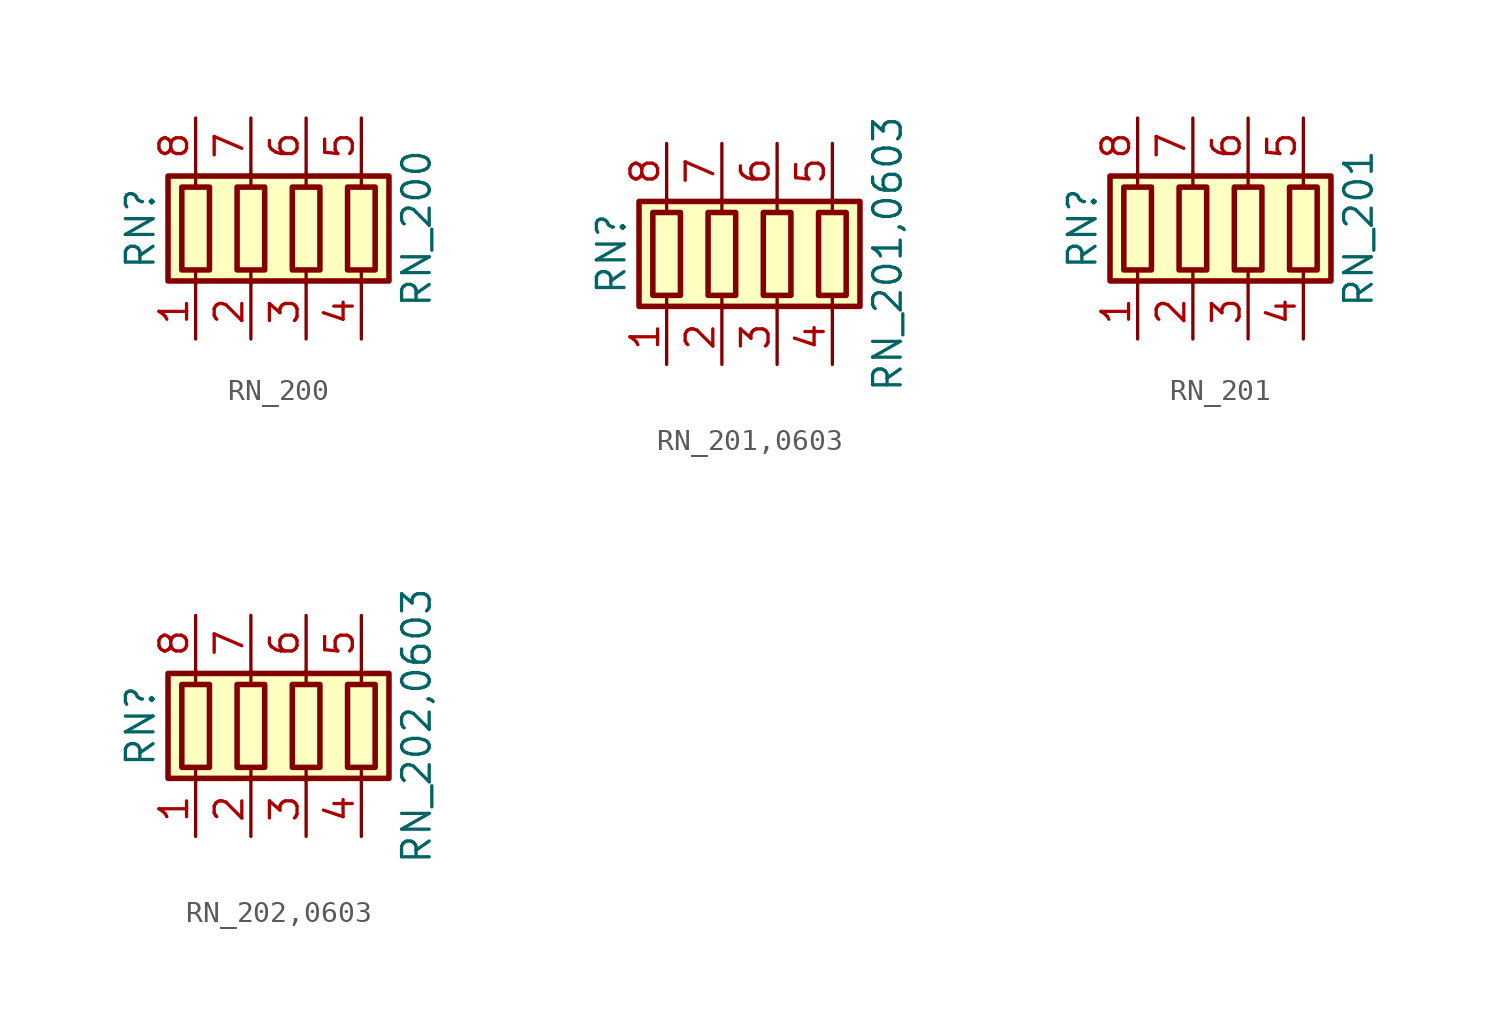
<source format=kicad_sym>
(kicad_symbol_lib
  (version 20211014)
  (generator kicad_symbol_editor)
  (symbol "RN_200"
    (pin_names
      (offset 0) hide)
    (property "Reference" "RN"
      (at -7.62 0 90)
      (effects (font (size 1.27 1.27))))
    (property "Value" "RN_200"
      (at 5.08 0 90)
      (effects (font (size 1.27 1.27))))
    (symbol "RN_200_0_1"
      (rectangle (start -6.35 -2.413) (end 3.81 2.413) (stroke (width 0.254) (type default) (color 0 0 0 0)) (fill (type background)))
      (rectangle (start -5.715 1.905) (end -4.445 -1.905) (stroke (width 0.254) (type default) (color 0 0 0 0)) (fill (type none)))
      (rectangle (start -3.175 1.905) (end -1.905 -1.905) (stroke (width 0.254) (type default) (color 0 0 0 0)) (fill (type none)))
      (rectangle (start -0.635 1.905) (end 0.635 -1.905) (stroke (width 0.254) (type default) (color 0 0 0 0)) (fill (type none)))
      (polyline (pts (xy -5.08 -2.54) (xy -5.08 -1.905)) (stroke (width 0) (type default) (color 0 0 0 0)) (fill (type none)))
      (polyline (pts (xy -5.08 1.905) (xy -5.08 2.54)) (stroke (width 0) (type default) (color 0 0 0 0)) (fill (type none)))
      (polyline (pts (xy -2.54 -2.54) (xy -2.54 -1.905)) (stroke (width 0) (type default) (color 0 0 0 0)) (fill (type none)))
      (polyline (pts (xy -2.54 1.905) (xy -2.54 2.54)) (stroke (width 0) (type default) (color 0 0 0 0)) (fill (type none)))
      (polyline (pts (xy 0 -2.54) (xy 0 -1.905)) (stroke (width 0) (type default) (color 0 0 0 0)) (fill (type none)))
      (polyline (pts (xy 0 1.905) (xy 0 2.54)) (stroke (width 0) (type default) (color 0 0 0 0)) (fill (type none)))
      (polyline (pts (xy 2.54 -2.54) (xy 2.54 -1.905)) (stroke (width 0) (type default) (color 0 0 0 0)) (fill (type none)))
      (polyline (pts (xy 2.54 1.905) (xy 2.54 2.54)) (stroke (width 0) (type default) (color 0 0 0 0)) (fill (type none)))
      (rectangle (start 1.905 1.905) (end 3.175 -1.905) (stroke (width 0.254) (type default) (color 0 0 0 0)) (fill (type none))))
    (symbol "RN_200_1_1"
      (pin passive line (at -5.08 -5.08 90) (length 2.54) (name "R1.1" (effects (font (size 1.27 1.27)))) (number "1" (effects (font (size 1.27 1.27)))))
      (pin passive line (at -2.54 -5.08 90) (length 2.54) (name "R2.1" (effects (font (size 1.27 1.27)))) (number "2" (effects (font (size 1.27 1.27)))))
      (pin passive line (at 0 -5.08 90) (length 2.54) (name "R3.1" (effects (font (size 1.27 1.27)))) (number "3" (effects (font (size 1.27 1.27)))))
      (pin passive line (at 2.54 -5.08 90) (length 2.54) (name "R4.1" (effects (font (size 1.27 1.27)))) (number "4" (effects (font (size 1.27 1.27)))))
      (pin passive line (at 2.54 5.08 270) (length 2.54) (name "R4.2" (effects (font (size 1.27 1.27)))) (number "5" (effects (font (size 1.27 1.27)))))
      (pin passive line (at 0 5.08 270) (length 2.54) (name "R3.2" (effects (font (size 1.27 1.27)))) (number "6" (effects (font (size 1.27 1.27)))))
      (pin passive line (at -2.54 5.08 270) (length 2.54) (name "R2.2" (effects (font (size 1.27 1.27)))) (number "7" (effects (font (size 1.27 1.27)))))
      (pin passive line (at -5.08 5.08 270) (length 2.54) (name "R1.2" (effects (font (size 1.27 1.27)))) (number "8" (effects (font (size 1.27 1.27)))))))
  (symbol "RN_201,0603"
    (pin_names
      (offset 0) hide)
    (property "Reference" "RN"
      (at -7.62 0 90)
      (effects (font (size 1.27 1.27))))
    (property "Value" "RN_201,0603"
      (at 5.08 0 90)
      (effects (font (size 1.27 1.27))))
    (symbol "RN_201,0603_0_1"
      (rectangle (start -6.35 -2.413) (end 3.81 2.413) (stroke (width 0.254) (type default) (color 0 0 0 0)) (fill (type background)))
      (rectangle (start -5.715 1.905) (end -4.445 -1.905) (stroke (width 0.254) (type default) (color 0 0 0 0)) (fill (type none)))
      (rectangle (start -3.175 1.905) (end -1.905 -1.905) (stroke (width 0.254) (type default) (color 0 0 0 0)) (fill (type none)))
      (rectangle (start -0.635 1.905) (end 0.635 -1.905) (stroke (width 0.254) (type default) (color 0 0 0 0)) (fill (type none)))
      (polyline (pts (xy -5.08 -2.54) (xy -5.08 -1.905)) (stroke (width 0) (type default) (color 0 0 0 0)) (fill (type none)))
      (polyline (pts (xy -5.08 1.905) (xy -5.08 2.54)) (stroke (width 0) (type default) (color 0 0 0 0)) (fill (type none)))
      (polyline (pts (xy -2.54 -2.54) (xy -2.54 -1.905)) (stroke (width 0) (type default) (color 0 0 0 0)) (fill (type none)))
      (polyline (pts (xy -2.54 1.905) (xy -2.54 2.54)) (stroke (width 0) (type default) (color 0 0 0 0)) (fill (type none)))
      (polyline (pts (xy 0 -2.54) (xy 0 -1.905)) (stroke (width 0) (type default) (color 0 0 0 0)) (fill (type none)))
      (polyline (pts (xy 0 1.905) (xy 0 2.54)) (stroke (width 0) (type default) (color 0 0 0 0)) (fill (type none)))
      (polyline (pts (xy 2.54 -2.54) (xy 2.54 -1.905)) (stroke (width 0) (type default) (color 0 0 0 0)) (fill (type none)))
      (polyline (pts (xy 2.54 1.905) (xy 2.54 2.54)) (stroke (width 0) (type default) (color 0 0 0 0)) (fill (type none)))
      (rectangle (start 1.905 1.905) (end 3.175 -1.905) (stroke (width 0.254) (type default) (color 0 0 0 0)) (fill (type none))))
    (symbol "RN_201,0603_1_1"
      (pin passive line (at -5.08 -5.08 90) (length 2.54) (name "R1.1" (effects (font (size 1.27 1.27)))) (number "1" (effects (font (size 1.27 1.27)))))
      (pin passive line (at -2.54 -5.08 90) (length 2.54) (name "R2.1" (effects (font (size 1.27 1.27)))) (number "2" (effects (font (size 1.27 1.27)))))
      (pin passive line (at 0 -5.08 90) (length 2.54) (name "R3.1" (effects (font (size 1.27 1.27)))) (number "3" (effects (font (size 1.27 1.27)))))
      (pin passive line (at 2.54 -5.08 90) (length 2.54) (name "R4.1" (effects (font (size 1.27 1.27)))) (number "4" (effects (font (size 1.27 1.27)))))
      (pin passive line (at 2.54 5.08 270) (length 2.54) (name "R4.2" (effects (font (size 1.27 1.27)))) (number "5" (effects (font (size 1.27 1.27)))))
      (pin passive line (at 0 5.08 270) (length 2.54) (name "R3.2" (effects (font (size 1.27 1.27)))) (number "6" (effects (font (size 1.27 1.27)))))
      (pin passive line (at -2.54 5.08 270) (length 2.54) (name "R2.2" (effects (font (size 1.27 1.27)))) (number "7" (effects (font (size 1.27 1.27)))))
      (pin passive line (at -5.08 5.08 270) (length 2.54) (name "R1.2" (effects (font (size 1.27 1.27)))) (number "8" (effects (font (size 1.27 1.27)))))))
  (symbol "RN_201"
    (pin_names
      (offset 0) hide)
    (property "Reference" "RN"
      (at -7.62 0 90)
      (effects (font (size 1.27 1.27))))
    (property "Value" "RN_201"
      (at 5.08 0 90)
      (effects (font (size 1.27 1.27))))
    (symbol "RN_201_0_1"
      (rectangle (start -6.35 -2.413) (end 3.81 2.413) (stroke (width 0.254) (type default) (color 0 0 0 0)) (fill (type background)))
      (rectangle (start -5.715 1.905) (end -4.445 -1.905) (stroke (width 0.254) (type default) (color 0 0 0 0)) (fill (type none)))
      (rectangle (start -3.175 1.905) (end -1.905 -1.905) (stroke (width 0.254) (type default) (color 0 0 0 0)) (fill (type none)))
      (rectangle (start -0.635 1.905) (end 0.635 -1.905) (stroke (width 0.254) (type default) (color 0 0 0 0)) (fill (type none)))
      (polyline (pts (xy -5.08 -2.54) (xy -5.08 -1.905)) (stroke (width 0) (type default) (color 0 0 0 0)) (fill (type none)))
      (polyline (pts (xy -5.08 1.905) (xy -5.08 2.54)) (stroke (width 0) (type default) (color 0 0 0 0)) (fill (type none)))
      (polyline (pts (xy -2.54 -2.54) (xy -2.54 -1.905)) (stroke (width 0) (type default) (color 0 0 0 0)) (fill (type none)))
      (polyline (pts (xy -2.54 1.905) (xy -2.54 2.54)) (stroke (width 0) (type default) (color 0 0 0 0)) (fill (type none)))
      (polyline (pts (xy 0 -2.54) (xy 0 -1.905)) (stroke (width 0) (type default) (color 0 0 0 0)) (fill (type none)))
      (polyline (pts (xy 0 1.905) (xy 0 2.54)) (stroke (width 0) (type default) (color 0 0 0 0)) (fill (type none)))
      (polyline (pts (xy 2.54 -2.54) (xy 2.54 -1.905)) (stroke (width 0) (type default) (color 0 0 0 0)) (fill (type none)))
      (polyline (pts (xy 2.54 1.905) (xy 2.54 2.54)) (stroke (width 0) (type default) (color 0 0 0 0)) (fill (type none)))
      (rectangle (start 1.905 1.905) (end 3.175 -1.905) (stroke (width 0.254) (type default) (color 0 0 0 0)) (fill (type none))))
    (symbol "RN_201_1_1"
      (pin passive line (at -5.08 -5.08 90) (length 2.54) (name "R1.1" (effects (font (size 1.27 1.27)))) (number "1" (effects (font (size 1.27 1.27)))))
      (pin passive line (at -2.54 -5.08 90) (length 2.54) (name "R2.1" (effects (font (size 1.27 1.27)))) (number "2" (effects (font (size 1.27 1.27)))))
      (pin passive line (at 0 -5.08 90) (length 2.54) (name "R3.1" (effects (font (size 1.27 1.27)))) (number "3" (effects (font (size 1.27 1.27)))))
      (pin passive line (at 2.54 -5.08 90) (length 2.54) (name "R4.1" (effects (font (size 1.27 1.27)))) (number "4" (effects (font (size 1.27 1.27)))))
      (pin passive line (at 2.54 5.08 270) (length 2.54) (name "R4.2" (effects (font (size 1.27 1.27)))) (number "5" (effects (font (size 1.27 1.27)))))
      (pin passive line (at 0 5.08 270) (length 2.54) (name "R3.2" (effects (font (size 1.27 1.27)))) (number "6" (effects (font (size 1.27 1.27)))))
      (pin passive line (at -2.54 5.08 270) (length 2.54) (name "R2.2" (effects (font (size 1.27 1.27)))) (number "7" (effects (font (size 1.27 1.27)))))
      (pin passive line (at -5.08 5.08 270) (length 2.54) (name "R1.2" (effects (font (size 1.27 1.27)))) (number "8" (effects (font (size 1.27 1.27)))))))
  (symbol "RN_202,0603"
    (pin_names
      (offset 0) hide)
    (property "Reference" "RN"
      (at -7.62 0 90)
      (effects (font (size 1.27 1.27))))
    (property "Value" "RN_202,0603"
      (at 5.08 0 90)
      (effects (font (size 1.27 1.27))))
    (symbol "RN_202,0603_0_1"
      (rectangle (start -6.35 -2.413) (end 3.81 2.413) (stroke (width 0.254) (type default) (color 0 0 0 0)) (fill (type background)))
      (rectangle (start -5.715 1.905) (end -4.445 -1.905) (stroke (width 0.254) (type default) (color 0 0 0 0)) (fill (type none)))
      (rectangle (start -3.175 1.905) (end -1.905 -1.905) (stroke (width 0.254) (type default) (color 0 0 0 0)) (fill (type none)))
      (rectangle (start -0.635 1.905) (end 0.635 -1.905) (stroke (width 0.254) (type default) (color 0 0 0 0)) (fill (type none)))
      (polyline (pts (xy -5.08 -2.54) (xy -5.08 -1.905)) (stroke (width 0) (type default) (color 0 0 0 0)) (fill (type none)))
      (polyline (pts (xy -5.08 1.905) (xy -5.08 2.54)) (stroke (width 0) (type default) (color 0 0 0 0)) (fill (type none)))
      (polyline (pts (xy -2.54 -2.54) (xy -2.54 -1.905)) (stroke (width 0) (type default) (color 0 0 0 0)) (fill (type none)))
      (polyline (pts (xy -2.54 1.905) (xy -2.54 2.54)) (stroke (width 0) (type default) (color 0 0 0 0)) (fill (type none)))
      (polyline (pts (xy 0 -2.54) (xy 0 -1.905)) (stroke (width 0) (type default) (color 0 0 0 0)) (fill (type none)))
      (polyline (pts (xy 0 1.905) (xy 0 2.54)) (stroke (width 0) (type default) (color 0 0 0 0)) (fill (type none)))
      (polyline (pts (xy 2.54 -2.54) (xy 2.54 -1.905)) (stroke (width 0) (type default) (color 0 0 0 0)) (fill (type none)))
      (polyline (pts (xy 2.54 1.905) (xy 2.54 2.54)) (stroke (width 0) (type default) (color 0 0 0 0)) (fill (type none)))
      (rectangle (start 1.905 1.905) (end 3.175 -1.905) (stroke (width 0.254) (type default) (color 0 0 0 0)) (fill (type none))))
    (symbol "RN_202,0603_1_1"
      (pin passive line (at -5.08 -5.08 90) (length 2.54) (name "R1.1" (effects (font (size 1.27 1.27)))) (number "1" (effects (font (size 1.27 1.27)))))
      (pin passive line (at -2.54 -5.08 90) (length 2.54) (name "R2.1" (effects (font (size 1.27 1.27)))) (number "2" (effects (font (size 1.27 1.27)))))
      (pin passive line (at 0 -5.08 90) (length 2.54) (name "R3.1" (effects (font (size 1.27 1.27)))) (number "3" (effects (font (size 1.27 1.27)))))
      (pin passive line (at 2.54 -5.08 90) (length 2.54) (name "R4.1" (effects (font (size 1.27 1.27)))) (number "4" (effects (font (size 1.27 1.27)))))
      (pin passive line (at 2.54 5.08 270) (length 2.54) (name "R4.2" (effects (font (size 1.27 1.27)))) (number "5" (effects (font (size 1.27 1.27)))))
      (pin passive line (at 0 5.08 270) (length 2.54) (name "R3.2" (effects (font (size 1.27 1.27)))) (number "6" (effects (font (size 1.27 1.27)))))
      (pin passive line (at -2.54 5.08 270) (length 2.54) (name "R2.2" (effects (font (size 1.27 1.27)))) (number "7" (effects (font (size 1.27 1.27)))))
      (pin passive line (at -5.08 5.08 270) (length 2.54) (name "R1.2" (effects (font (size 1.27 1.27)))) (number "8" (effects (font (size 1.27 1.27))))))))
</source>
